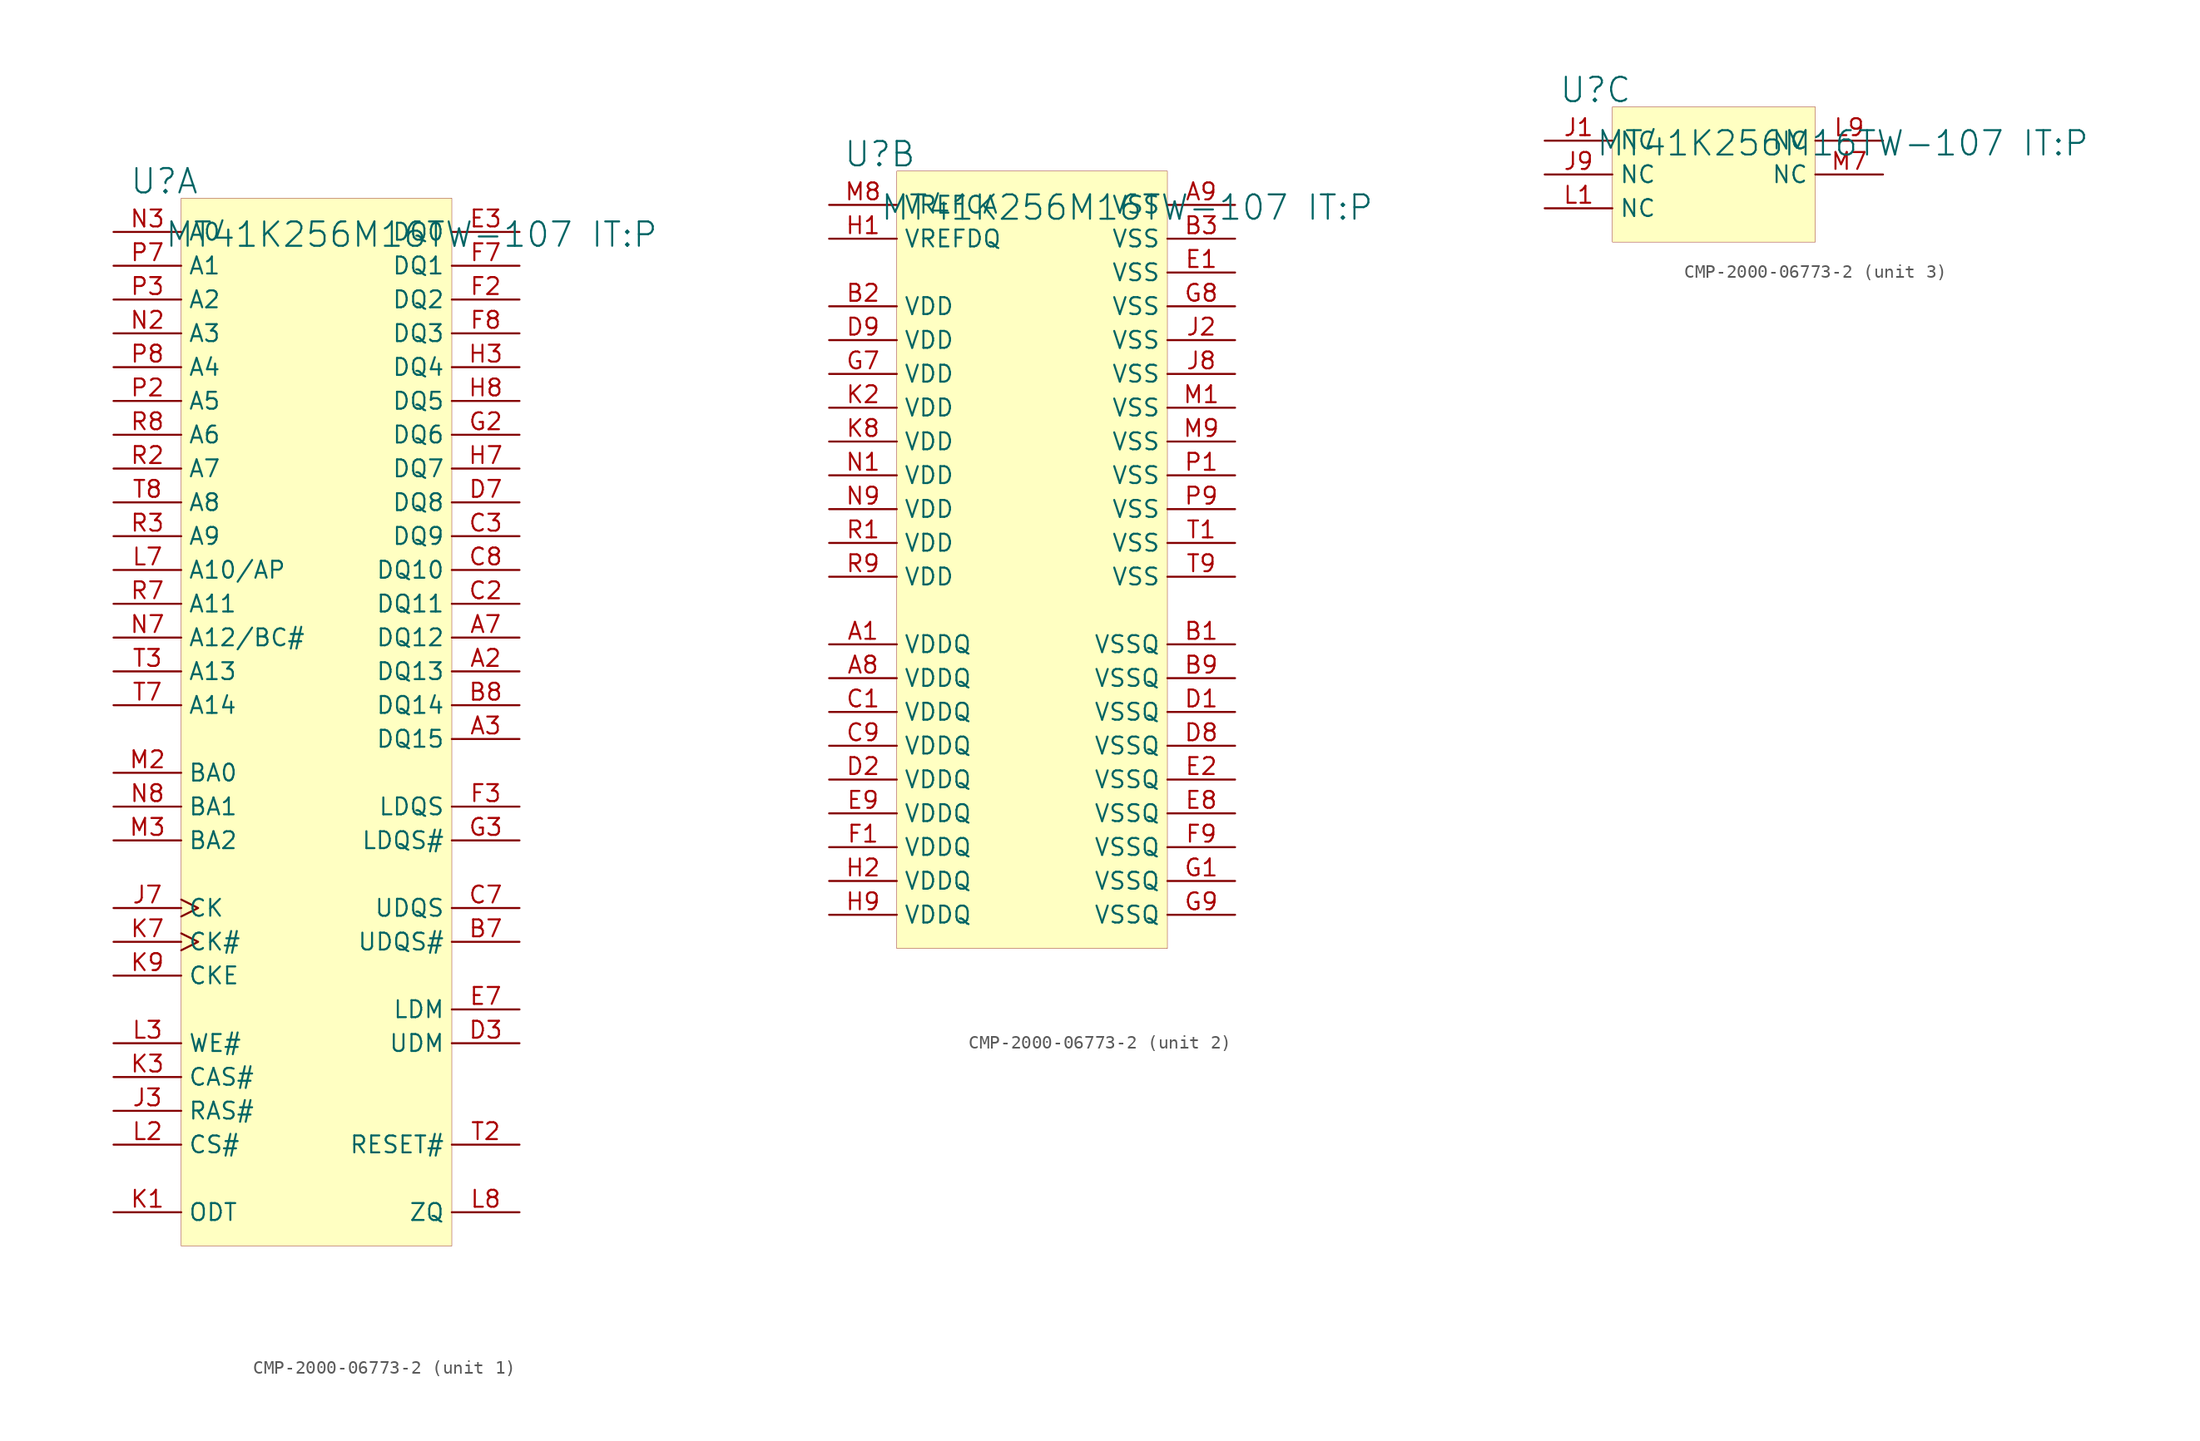
<source format=kicad_sym>
(kicad_symbol_lib
  (version 20231120)
  (generator "kicad_symbol_editor")
  (generator_version "8.0")
  (symbol "CMP-2000-06773-2"
    (property "Reference" "U"
      (at -1.27 1.27 0)
      (effects (font (size 1.829 1.829))))
    (property "Value" "MT41K256M16TW-107 IT:P"
      (at -1.27 -3.81 0)
      (effects (font (size 1.829 1.829)) (justify left bottom)))
    (symbol "CMP-2000-06773-2_1_0"
      (rectangle (start 20.32 0) (end 0 -78.74) (stroke (width 0.025) (type solid) (color 128 0 0 1)) (fill (type background)))
      (pin bidirectional line (at 25.4 -35.56 180) (length 5.08) (name "DQ13" (effects (font (size 1.27 1.27)))) (number "A2" (effects (font (size 1.27 1.27)))))
      (pin bidirectional line (at 25.4 -40.64 180) (length 5.08) (name "DQ15" (effects (font (size 1.27 1.27)))) (number "A3" (effects (font (size 1.27 1.27)))))
      (pin bidirectional line (at 25.4 -33.02 180) (length 5.08) (name "DQ12" (effects (font (size 1.27 1.27)))) (number "A7" (effects (font (size 1.27 1.27)))))
      (pin bidirectional line (at 25.4 -55.88 180) (length 5.08) (name "UDQS#" (effects (font (size 1.27 1.27)))) (number "B7" (effects (font (size 1.27 1.27)))))
      (pin bidirectional line (at 25.4 -38.1 180) (length 5.08) (name "DQ14" (effects (font (size 1.27 1.27)))) (number "B8" (effects (font (size 1.27 1.27)))))
      (pin bidirectional line (at 25.4 -30.48 180) (length 5.08) (name "DQ11" (effects (font (size 1.27 1.27)))) (number "C2" (effects (font (size 1.27 1.27)))))
      (pin bidirectional line (at 25.4 -25.4 180) (length 5.08) (name "DQ9" (effects (font (size 1.27 1.27)))) (number "C3" (effects (font (size 1.27 1.27)))))
      (pin bidirectional line (at 25.4 -53.34 180) (length 5.08) (name "UDQS" (effects (font (size 1.27 1.27)))) (number "C7" (effects (font (size 1.27 1.27)))))
      (pin bidirectional line (at 25.4 -27.94 180) (length 5.08) (name "DQ10" (effects (font (size 1.27 1.27)))) (number "C8" (effects (font (size 1.27 1.27)))))
      (pin input line (at 25.4 -63.5 180) (length 5.08) (name "UDM" (effects (font (size 1.27 1.27)))) (number "D3" (effects (font (size 1.27 1.27)))))
      (pin bidirectional line (at 25.4 -22.86 180) (length 5.08) (name "DQ8" (effects (font (size 1.27 1.27)))) (number "D7" (effects (font (size 1.27 1.27)))))
      (pin bidirectional line (at 25.4 -2.54 180) (length 5.08) (name "DQ0" (effects (font (size 1.27 1.27)))) (number "E3" (effects (font (size 1.27 1.27)))))
      (pin input line (at 25.4 -60.96 180) (length 5.08) (name "LDM" (effects (font (size 1.27 1.27)))) (number "E7" (effects (font (size 1.27 1.27)))))
      (pin bidirectional line (at 25.4 -7.62 180) (length 5.08) (name "DQ2" (effects (font (size 1.27 1.27)))) (number "F2" (effects (font (size 1.27 1.27)))))
      (pin bidirectional line (at 25.4 -45.72 180) (length 5.08) (name "LDQS" (effects (font (size 1.27 1.27)))) (number "F3" (effects (font (size 1.27 1.27)))))
      (pin bidirectional line (at 25.4 -5.08 180) (length 5.08) (name "DQ1" (effects (font (size 1.27 1.27)))) (number "F7" (effects (font (size 1.27 1.27)))))
      (pin bidirectional line (at 25.4 -10.16 180) (length 5.08) (name "DQ3" (effects (font (size 1.27 1.27)))) (number "F8" (effects (font (size 1.27 1.27)))))
      (pin bidirectional line (at 25.4 -17.78 180) (length 5.08) (name "DQ6" (effects (font (size 1.27 1.27)))) (number "G2" (effects (font (size 1.27 1.27)))))
      (pin bidirectional line (at 25.4 -48.26 180) (length 5.08) (name "LDQS#" (effects (font (size 1.27 1.27)))) (number "G3" (effects (font (size 1.27 1.27)))))
      (pin bidirectional line (at 25.4 -12.7 180) (length 5.08) (name "DQ4" (effects (font (size 1.27 1.27)))) (number "H3" (effects (font (size 1.27 1.27)))))
      (pin bidirectional line (at 25.4 -20.32 180) (length 5.08) (name "DQ7" (effects (font (size 1.27 1.27)))) (number "H7" (effects (font (size 1.27 1.27)))))
      (pin bidirectional line (at 25.4 -15.24 180) (length 5.08) (name "DQ5" (effects (font (size 1.27 1.27)))) (number "H8" (effects (font (size 1.27 1.27)))))
      (pin input line (at -5.08 -68.58 0) (length 5.08) (name "RAS#" (effects (font (size 1.27 1.27)))) (number "J3" (effects (font (size 1.27 1.27)))))
      (pin input clock (at -5.08 -53.34 0) (length 5.08) (name "CK" (effects (font (size 1.27 1.27)))) (number "J7" (effects (font (size 1.27 1.27)))))
      (pin input line (at -5.08 -76.2 0) (length 5.08) (name "ODT" (effects (font (size 1.27 1.27)))) (number "K1" (effects (font (size 1.27 1.27)))))
      (pin input line (at -5.08 -66.04 0) (length 5.08) (name "CAS#" (effects (font (size 1.27 1.27)))) (number "K3" (effects (font (size 1.27 1.27)))))
      (pin input clock (at -5.08 -55.88 0) (length 5.08) (name "CK#" (effects (font (size 1.27 1.27)))) (number "K7" (effects (font (size 1.27 1.27)))))
      (pin input line (at -5.08 -58.42 0) (length 5.08) (name "CKE" (effects (font (size 1.27 1.27)))) (number "K9" (effects (font (size 1.27 1.27)))))
      (pin input line (at -5.08 -71.12 0) (length 5.08) (name "CS#" (effects (font (size 1.27 1.27)))) (number "L2" (effects (font (size 1.27 1.27)))))
      (pin input line (at -5.08 -63.5 0) (length 5.08) (name "WE#" (effects (font (size 1.27 1.27)))) (number "L3" (effects (font (size 1.27 1.27)))))
      (pin input line (at -5.08 -27.94 0) (length 5.08) (name "A10/AP" (effects (font (size 1.27 1.27)))) (number "L7" (effects (font (size 1.27 1.27)))))
      (pin input line (at 25.4 -76.2 180) (length 5.08) (name "ZQ" (effects (font (size 1.27 1.27)))) (number "L8" (effects (font (size 1.27 1.27)))))
      (pin input line (at -5.08 -43.18 0) (length 5.08) (name "BA0" (effects (font (size 1.27 1.27)))) (number "M2" (effects (font (size 1.27 1.27)))))
      (pin input line (at -5.08 -48.26 0) (length 5.08) (name "BA2" (effects (font (size 1.27 1.27)))) (number "M3" (effects (font (size 1.27 1.27)))))
      (pin input line (at -5.08 -10.16 0) (length 5.08) (name "A3" (effects (font (size 1.27 1.27)))) (number "N2" (effects (font (size 1.27 1.27)))))
      (pin input line (at -5.08 -2.54 0) (length 5.08) (name "A0" (effects (font (size 1.27 1.27)))) (number "N3" (effects (font (size 1.27 1.27)))))
      (pin input line (at -5.08 -33.02 0) (length 5.08) (name "A12/BC#" (effects (font (size 1.27 1.27)))) (number "N7" (effects (font (size 1.27 1.27)))))
      (pin input line (at -5.08 -45.72 0) (length 5.08) (name "BA1" (effects (font (size 1.27 1.27)))) (number "N8" (effects (font (size 1.27 1.27)))))
      (pin input line (at -5.08 -15.24 0) (length 5.08) (name "A5" (effects (font (size 1.27 1.27)))) (number "P2" (effects (font (size 1.27 1.27)))))
      (pin input line (at -5.08 -7.62 0) (length 5.08) (name "A2" (effects (font (size 1.27 1.27)))) (number "P3" (effects (font (size 1.27 1.27)))))
      (pin input line (at -5.08 -5.08 0) (length 5.08) (name "A1" (effects (font (size 1.27 1.27)))) (number "P7" (effects (font (size 1.27 1.27)))))
      (pin input line (at -5.08 -12.7 0) (length 5.08) (name "A4" (effects (font (size 1.27 1.27)))) (number "P8" (effects (font (size 1.27 1.27)))))
      (pin input line (at -5.08 -20.32 0) (length 5.08) (name "A7" (effects (font (size 1.27 1.27)))) (number "R2" (effects (font (size 1.27 1.27)))))
      (pin input line (at -5.08 -25.4 0) (length 5.08) (name "A9" (effects (font (size 1.27 1.27)))) (number "R3" (effects (font (size 1.27 1.27)))))
      (pin input line (at -5.08 -30.48 0) (length 5.08) (name "A11" (effects (font (size 1.27 1.27)))) (number "R7" (effects (font (size 1.27 1.27)))))
      (pin input line (at -5.08 -17.78 0) (length 5.08) (name "A6" (effects (font (size 1.27 1.27)))) (number "R8" (effects (font (size 1.27 1.27)))))
      (pin input line (at 25.4 -71.12 180) (length 5.08) (name "RESET#" (effects (font (size 1.27 1.27)))) (number "T2" (effects (font (size 1.27 1.27)))))
      (pin input line (at -5.08 -35.56 0) (length 5.08) (name "A13" (effects (font (size 1.27 1.27)))) (number "T3" (effects (font (size 1.27 1.27)))))
      (pin input line (at -5.08 -38.1 0) (length 5.08) (name "A14" (effects (font (size 1.27 1.27)))) (number "T7" (effects (font (size 1.27 1.27)))))
      (pin input line (at -5.08 -22.86 0) (length 5.08) (name "A8" (effects (font (size 1.27 1.27)))) (number "T8" (effects (font (size 1.27 1.27))))))
    (symbol "CMP-2000-06773-2_2_0"
      (rectangle (start 20.32 0) (end 0 -58.42) (stroke (width 0.025) (type solid) (color 128 0 0 1)) (fill (type background)))
      (pin power_in line (at -5.08 -35.56 0) (length 5.08) (name "VDDQ" (effects (font (size 1.27 1.27)))) (number "A1" (effects (font (size 1.27 1.27)))))
      (pin power_in line (at -5.08 -38.1 0) (length 5.08) (name "VDDQ" (effects (font (size 1.27 1.27)))) (number "A8" (effects (font (size 1.27 1.27)))))
      (pin power_in line (at 25.4 -2.54 180) (length 5.08) (name "VSS" (effects (font (size 1.27 1.27)))) (number "A9" (effects (font (size 1.27 1.27)))))
      (pin power_in line (at 25.4 -35.56 180) (length 5.08) (name "VSSQ" (effects (font (size 1.27 1.27)))) (number "B1" (effects (font (size 1.27 1.27)))))
      (pin power_in line (at -5.08 -10.16 0) (length 5.08) (name "VDD" (effects (font (size 1.27 1.27)))) (number "B2" (effects (font (size 1.27 1.27)))))
      (pin power_in line (at 25.4 -5.08 180) (length 5.08) (name "VSS" (effects (font (size 1.27 1.27)))) (number "B3" (effects (font (size 1.27 1.27)))))
      (pin power_in line (at 25.4 -38.1 180) (length 5.08) (name "VSSQ" (effects (font (size 1.27 1.27)))) (number "B9" (effects (font (size 1.27 1.27)))))
      (pin power_in line (at -5.08 -40.64 0) (length 5.08) (name "VDDQ" (effects (font (size 1.27 1.27)))) (number "C1" (effects (font (size 1.27 1.27)))))
      (pin power_in line (at -5.08 -43.18 0) (length 5.08) (name "VDDQ" (effects (font (size 1.27 1.27)))) (number "C9" (effects (font (size 1.27 1.27)))))
      (pin power_in line (at 25.4 -40.64 180) (length 5.08) (name "VSSQ" (effects (font (size 1.27 1.27)))) (number "D1" (effects (font (size 1.27 1.27)))))
      (pin power_in line (at -5.08 -45.72 0) (length 5.08) (name "VDDQ" (effects (font (size 1.27 1.27)))) (number "D2" (effects (font (size 1.27 1.27)))))
      (pin power_in line (at 25.4 -43.18 180) (length 5.08) (name "VSSQ" (effects (font (size 1.27 1.27)))) (number "D8" (effects (font (size 1.27 1.27)))))
      (pin power_in line (at -5.08 -12.7 0) (length 5.08) (name "VDD" (effects (font (size 1.27 1.27)))) (number "D9" (effects (font (size 1.27 1.27)))))
      (pin power_in line (at 25.4 -7.62 180) (length 5.08) (name "VSS" (effects (font (size 1.27 1.27)))) (number "E1" (effects (font (size 1.27 1.27)))))
      (pin power_in line (at 25.4 -45.72 180) (length 5.08) (name "VSSQ" (effects (font (size 1.27 1.27)))) (number "E2" (effects (font (size 1.27 1.27)))))
      (pin power_in line (at 25.4 -48.26 180) (length 5.08) (name "VSSQ" (effects (font (size 1.27 1.27)))) (number "E8" (effects (font (size 1.27 1.27)))))
      (pin power_in line (at -5.08 -48.26 0) (length 5.08) (name "VDDQ" (effects (font (size 1.27 1.27)))) (number "E9" (effects (font (size 1.27 1.27)))))
      (pin power_in line (at -5.08 -50.8 0) (length 5.08) (name "VDDQ" (effects (font (size 1.27 1.27)))) (number "F1" (effects (font (size 1.27 1.27)))))
      (pin power_in line (at 25.4 -50.8 180) (length 5.08) (name "VSSQ" (effects (font (size 1.27 1.27)))) (number "F9" (effects (font (size 1.27 1.27)))))
      (pin power_in line (at 25.4 -53.34 180) (length 5.08) (name "VSSQ" (effects (font (size 1.27 1.27)))) (number "G1" (effects (font (size 1.27 1.27)))))
      (pin power_in line (at -5.08 -15.24 0) (length 5.08) (name "VDD" (effects (font (size 1.27 1.27)))) (number "G7" (effects (font (size 1.27 1.27)))))
      (pin power_in line (at 25.4 -10.16 180) (length 5.08) (name "VSS" (effects (font (size 1.27 1.27)))) (number "G8" (effects (font (size 1.27 1.27)))))
      (pin power_in line (at 25.4 -55.88 180) (length 5.08) (name "VSSQ" (effects (font (size 1.27 1.27)))) (number "G9" (effects (font (size 1.27 1.27)))))
      (pin input line (at -5.08 -5.08 0) (length 5.08) (name "VREFDQ" (effects (font (size 1.27 1.27)))) (number "H1" (effects (font (size 1.27 1.27)))))
      (pin power_in line (at -5.08 -53.34 0) (length 5.08) (name "VDDQ" (effects (font (size 1.27 1.27)))) (number "H2" (effects (font (size 1.27 1.27)))))
      (pin power_in line (at -5.08 -55.88 0) (length 5.08) (name "VDDQ" (effects (font (size 1.27 1.27)))) (number "H9" (effects (font (size 1.27 1.27)))))
      (pin power_in line (at 25.4 -12.7 180) (length 5.08) (name "VSS" (effects (font (size 1.27 1.27)))) (number "J2" (effects (font (size 1.27 1.27)))))
      (pin power_in line (at 25.4 -15.24 180) (length 5.08) (name "VSS" (effects (font (size 1.27 1.27)))) (number "J8" (effects (font (size 1.27 1.27)))))
      (pin power_in line (at -5.08 -17.78 0) (length 5.08) (name "VDD" (effects (font (size 1.27 1.27)))) (number "K2" (effects (font (size 1.27 1.27)))))
      (pin power_in line (at -5.08 -20.32 0) (length 5.08) (name "VDD" (effects (font (size 1.27 1.27)))) (number "K8" (effects (font (size 1.27 1.27)))))
      (pin power_in line (at 25.4 -17.78 180) (length 5.08) (name "VSS" (effects (font (size 1.27 1.27)))) (number "M1" (effects (font (size 1.27 1.27)))))
      (pin input line (at -5.08 -2.54 0) (length 5.08) (name "VREFCA" (effects (font (size 1.27 1.27)))) (number "M8" (effects (font (size 1.27 1.27)))))
      (pin power_in line (at 25.4 -20.32 180) (length 5.08) (name "VSS" (effects (font (size 1.27 1.27)))) (number "M9" (effects (font (size 1.27 1.27)))))
      (pin power_in line (at -5.08 -22.86 0) (length 5.08) (name "VDD" (effects (font (size 1.27 1.27)))) (number "N1" (effects (font (size 1.27 1.27)))))
      (pin power_in line (at -5.08 -25.4 0) (length 5.08) (name "VDD" (effects (font (size 1.27 1.27)))) (number "N9" (effects (font (size 1.27 1.27)))))
      (pin power_in line (at 25.4 -22.86 180) (length 5.08) (name "VSS" (effects (font (size 1.27 1.27)))) (number "P1" (effects (font (size 1.27 1.27)))))
      (pin power_in line (at 25.4 -25.4 180) (length 5.08) (name "VSS" (effects (font (size 1.27 1.27)))) (number "P9" (effects (font (size 1.27 1.27)))))
      (pin power_in line (at -5.08 -27.94 0) (length 5.08) (name "VDD" (effects (font (size 1.27 1.27)))) (number "R1" (effects (font (size 1.27 1.27)))))
      (pin power_in line (at -5.08 -30.48 0) (length 5.08) (name "VDD" (effects (font (size 1.27 1.27)))) (number "R9" (effects (font (size 1.27 1.27)))))
      (pin power_in line (at 25.4 -27.94 180) (length 5.08) (name "VSS" (effects (font (size 1.27 1.27)))) (number "T1" (effects (font (size 1.27 1.27)))))
      (pin power_in line (at 25.4 -30.48 180) (length 5.08) (name "VSS" (effects (font (size 1.27 1.27)))) (number "T9" (effects (font (size 1.27 1.27))))))
    (symbol "CMP-2000-06773-2_3_0"
      (rectangle (start 15.24 0) (end 0 -10.16) (stroke (width 0.025) (type solid) (color 128 0 0 1)) (fill (type background)))
      (pin passive line (at -5.08 -2.54 0) (length 5.08) (name "NC" (effects (font (size 1.27 1.27)))) (number "J1" (effects (font (size 1.27 1.27)))))
      (pin passive line (at -5.08 -5.08 0) (length 5.08) (name "NC" (effects (font (size 1.27 1.27)))) (number "J9" (effects (font (size 1.27 1.27)))))
      (pin passive line (at -5.08 -7.62 0) (length 5.08) (name "NC" (effects (font (size 1.27 1.27)))) (number "L1" (effects (font (size 1.27 1.27)))))
      (pin passive line (at 20.32 -2.54 180) (length 5.08) (name "NC" (effects (font (size 1.27 1.27)))) (number "L9" (effects (font (size 1.27 1.27)))))
      (pin passive line (at 20.32 -5.08 180) (length 5.08) (name "NC" (effects (font (size 1.27 1.27)))) (number "M7" (effects (font (size 1.27 1.27))))))))
</source>
